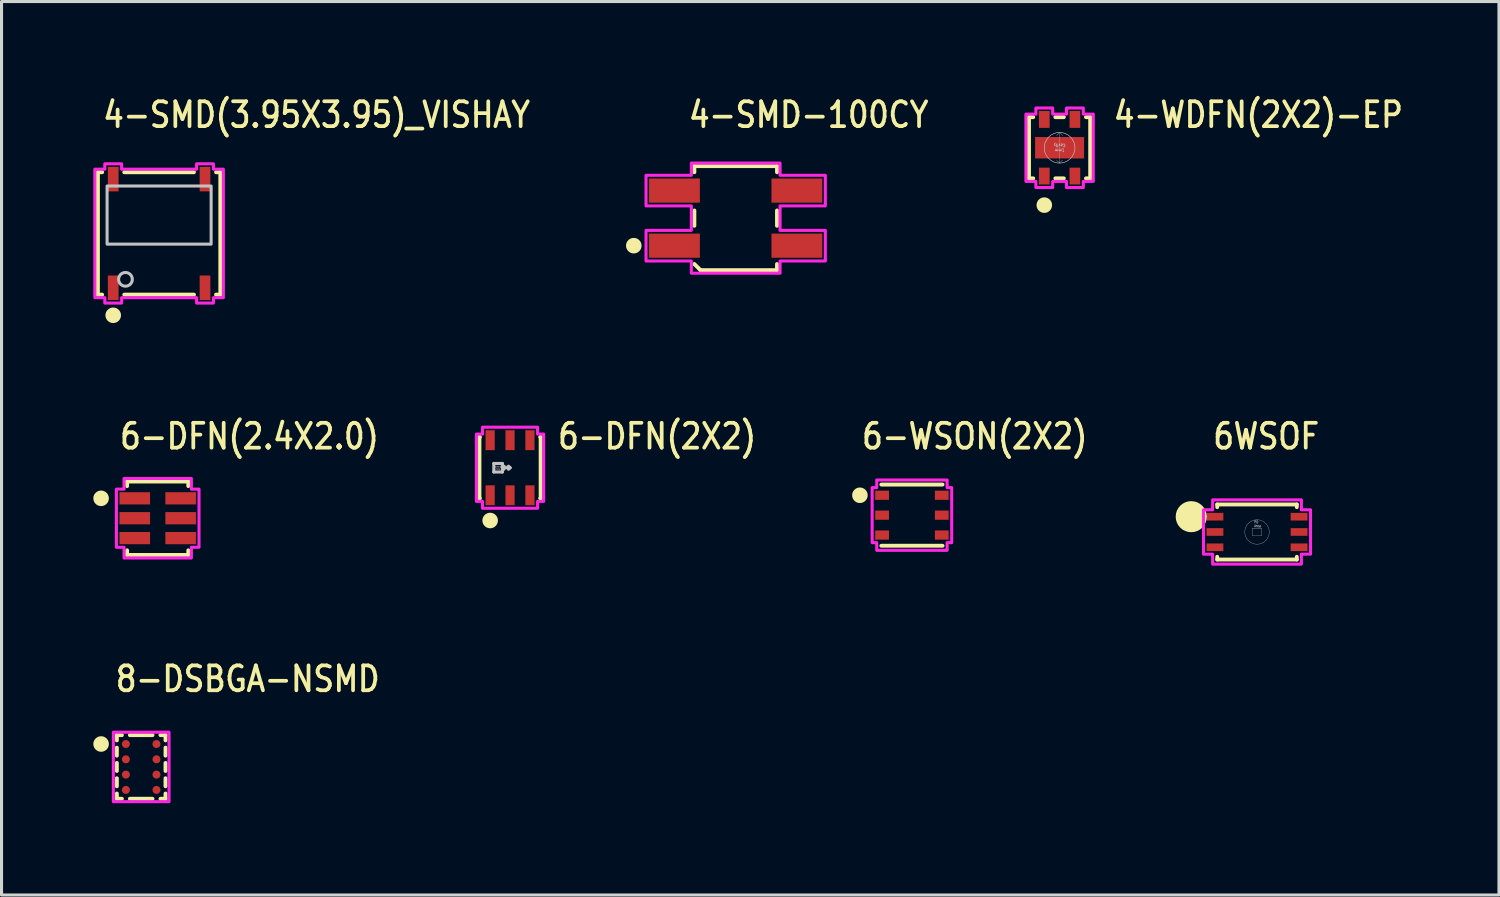
<source format=kicad_pcb>
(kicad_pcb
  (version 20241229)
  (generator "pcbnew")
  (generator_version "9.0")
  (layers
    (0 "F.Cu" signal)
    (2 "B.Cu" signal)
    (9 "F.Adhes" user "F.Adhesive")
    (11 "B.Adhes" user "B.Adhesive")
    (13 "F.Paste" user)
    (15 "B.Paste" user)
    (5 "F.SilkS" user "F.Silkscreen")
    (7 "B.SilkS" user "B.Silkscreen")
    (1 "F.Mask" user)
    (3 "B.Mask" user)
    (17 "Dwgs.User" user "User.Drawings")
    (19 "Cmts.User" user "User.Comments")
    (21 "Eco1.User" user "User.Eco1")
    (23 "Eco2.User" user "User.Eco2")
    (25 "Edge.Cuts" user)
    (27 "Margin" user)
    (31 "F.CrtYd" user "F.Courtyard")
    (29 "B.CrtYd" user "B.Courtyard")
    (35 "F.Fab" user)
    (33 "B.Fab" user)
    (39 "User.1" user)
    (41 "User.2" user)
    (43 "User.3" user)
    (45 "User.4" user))
  (footprint "6-DFN(2X2)"
    (layer "F.Cu")
    (at 13.619 12.236)
    (property "Reference" "6-DFN(2X2)" (at 1.5 -0.55 0) (unlocked yes) (layer "F.SilkS") (effects (font (size 0.813 0.695) (thickness 0.122)) (justify left bottom)))
    (fp_line (start -1 -1) (end -1 1) (stroke (width 0.127) (type solid)) (layer "F.SilkS"))
    (fp_line (start -1 1) (end -0.987 1) (stroke (width 0.127) (type solid)) (layer "F.SilkS"))
    (fp_line (start -0.987 -1) (end -1 -1) (stroke (width 0.127) (type solid)) (layer "F.SilkS"))
    (fp_line (start 0.987 1) (end 1 1) (stroke (width 0.127) (type solid)) (layer "F.SilkS"))
    (fp_line (start 1 -1) (end 0.987 -1) (stroke (width 0.127) (type solid)) (layer "F.SilkS"))
    (fp_line (start 1 1) (end 1 -1) (stroke (width 0.127) (type solid)) (layer "F.SilkS"))
    (fp_circle (center -0.65 1.725) (end -0.396 1.725) (stroke (width 0) (type solid)) (fill yes) (layer "F.SilkS"))
    (fp_line (start -0.53 -0.14) (end -0.53 0.14) (stroke (width 0.1) (type solid)) (layer "Dwgs.User"))
    (fp_line (start -0.53 0.14) (end -0.25 0.14) (stroke (width 0.1) (type solid)) (layer "Dwgs.User"))
    (fp_line (start -0.25 -0.14) (end -0.53 -0.14) (stroke (width 0.1) (type solid)) (layer "Dwgs.User"))
    (fp_line (start -0.25 0) (end -0.25 -0.14) (stroke (width 0.1) (type solid)) (layer "Dwgs.User"))
    (fp_line (start -0.25 0) (end -0.2 -0.05) (stroke (width 0.1) (type solid)) (layer "Dwgs.User"))
    (fp_line (start -0.25 0) (end 0 0) (stroke (width 0.1) (type solid)) (layer "Dwgs.User"))
    (fp_line (start -0.25 0.14) (end -0.25 0) (stroke (width 0.1) (type solid)) (layer "Dwgs.User"))
    (fp_line (start -0.2 0.05) (end -0.25 0) (stroke (width 0.1) (type solid)) (layer "Dwgs.User"))
    (fp_line (start 0 0) (end -0.05 -0.05) (stroke (width 0.1) (type solid)) (layer "Dwgs.User"))
    (fp_line (start 0 0) (end -0.05 0.05) (stroke (width 0.1) (type solid)) (layer "Dwgs.User"))
    (fp_poly (pts (xy -1.1 -1.1) (xy -0.9 -1.1) (xy -0.9 -1.325) (xy 0.9 -1.325) (xy 0.9 -1.1) (xy 1.1 -1.1) (xy 1.1 1.1) (xy 0.9 1.1) (xy 0.9 1.325) (xy -0.9 1.325) (xy -0.9 1.1) (xy -1.1 1.1)) (stroke (width 0.1) (type solid)) (fill no) (layer "F.CrtYd"))
    (fp_text user "Detector\nArea" (at -0.4 0 0) (unlocked yes) (layer "Dwgs.User") (effects (font (size 0.05 0.043) (thickness 0.007))))
    (fp_text user ".25mm" (at -0.1 -0.05 0) (unlocked yes) (layer "Dwgs.User") (effects (font (size 0.04 0.034) (thickness 0.006))))
    (pad "1" smd rect (at -0.65 0.9) (size 0.3 0.65) (layers "F.Cu" "F.Mask" "F.Paste"))
    (pad "2" smd rect (at 0 0.9) (size 0.3 0.65) (layers "F.Cu" "F.Mask" "F.Paste"))
    (pad "3" smd rect (at 0.65 0.9) (size 0.3 0.65) (layers "F.Cu" "F.Mask" "F.Paste"))
    (pad "4" smd rect (at 0.65 -0.9) (size 0.3 0.65) (layers "F.Cu" "F.Mask" "F.Paste"))
    (pad "5" smd rect (at 0 -0.9) (size 0.3 0.65) (layers "F.Cu" "F.Mask" "F.Paste"))
    (pad "6" smd rect (at -0.65 -0.9) (size 0.3 0.65) (layers "F.Cu" "F.Mask" "F.Paste")))
  (footprint "8-DSBGA-NSMD"
    (layer "F.Cu")
    (at 1.564 22.015)
    (property "Reference" "8-DSBGA-NSMD" (at -0.9 -2.4 0) (unlocked yes) (layer "F.SilkS") (effects (font (size 0.813 0.695) (thickness 0.122)) (justify left bottom)))
    (fp_circle (center -0.5 -0.75) (end -0.319 -0.75) (stroke (width 0) (type solid)) (fill yes) (layer "F.Mask"))
    (fp_circle (center -0.5 -0.25) (end -0.319 -0.25) (stroke (width 0) (type solid)) (fill yes) (layer "F.Mask"))
    (fp_circle (center -0.5 0.25) (end -0.319 0.25) (stroke (width 0) (type solid)) (fill yes) (layer "F.Mask"))
    (fp_circle (center -0.5 0.75) (end -0.319 0.75) (stroke (width 0) (type solid)) (fill yes) (layer "F.Mask"))
    (fp_circle (center 0.5 -0.75) (end 0.681 -0.75) (stroke (width 0) (type solid)) (fill yes) (layer "F.Mask"))
    (fp_circle (center 0.5 -0.25) (end 0.681 -0.25) (stroke (width 0) (type solid)) (fill yes) (layer "F.Mask"))
    (fp_circle (center 0.5 0.25) (end 0.681 0.25) (stroke (width 0) (type solid)) (fill yes) (layer "F.Mask"))
    (fp_circle (center 0.5 0.75) (end 0.681 0.75) (stroke (width 0) (type solid)) (fill yes) (layer "F.Mask"))
    (fp_line (start -0.795 -1.04) (end -0.795 -0.869) (stroke (width 0.127) (type solid)) (layer "F.SilkS"))
    (fp_line (start -0.795 -1.04) (end -0.63 -1.04) (stroke (width 0.127) (type solid)) (layer "F.SilkS"))
    (fp_line (start -0.795 -0.631) (end -0.795 -0.369) (stroke (width 0.127) (type solid)) (layer "F.SilkS"))
    (fp_line (start -0.795 -0.131) (end -0.795 0.131) (stroke (width 0.127) (type solid)) (layer "F.SilkS"))
    (fp_line (start -0.795 0.369) (end -0.795 0.631) (stroke (width 0.127) (type solid)) (layer "F.SilkS"))
    (fp_line (start -0.795 0.869) (end -0.795 1.04) (stroke (width 0.127) (type solid)) (layer "F.SilkS"))
    (fp_line (start -0.795 1.04) (end -0.63 1.04) (stroke (width 0.127) (type solid)) (layer "F.SilkS"))
    (fp_line (start -0.37 -1.04) (end 0.37 -1.04) (stroke (width 0.127) (type solid)) (layer "F.SilkS"))
    (fp_line (start -0.37 1.04) (end 0.37 1.04) (stroke (width 0.127) (type solid)) (layer "F.SilkS"))
    (fp_line (start 0.63 -1.04) (end 0.795 -1.04) (stroke (width 0.127) (type solid)) (layer "F.SilkS"))
    (fp_line (start 0.63 1.04) (end 0.795 1.04) (stroke (width 0.127) (type solid)) (layer "F.SilkS"))
    (fp_line (start 0.795 -1.04) (end 0.795 -0.869) (stroke (width 0.127) (type solid)) (layer "F.SilkS"))
    (fp_line (start 0.795 -0.631) (end 0.795 -0.369) (stroke (width 0.127) (type solid)) (layer "F.SilkS"))
    (fp_line (start 0.795 -0.131) (end 0.795 0.131) (stroke (width 0.127) (type solid)) (layer "F.SilkS"))
    (fp_line (start 0.795 0.369) (end 0.795 0.631) (stroke (width 0.127) (type solid)) (layer "F.SilkS"))
    (fp_line (start 0.795 0.869) (end 0.795 1.04) (stroke (width 0.127) (type solid)) (layer "F.SilkS"))
    (fp_circle (center -1.31 -0.75) (end -1.056 -0.75) (stroke (width 0) (type solid)) (fill yes) (layer "F.SilkS"))
    (fp_circle (center -0.5 -0.75) (end -0.375 -0.75) (stroke (width 0) (type solid)) (fill yes) (layer "F.Paste"))
    (fp_circle (center -0.5 -0.25) (end -0.375 -0.25) (stroke (width 0) (type solid)) (fill yes) (layer "F.Paste"))
    (fp_circle (center -0.5 0.25) (end -0.375 0.25) (stroke (width 0) (type solid)) (fill yes) (layer "F.Paste"))
    (fp_circle (center -0.5 0.75) (end -0.375 0.75) (stroke (width 0) (type solid)) (fill yes) (layer "F.Paste"))
    (fp_circle (center 0.5 -0.75) (end 0.625 -0.75) (stroke (width 0) (type solid)) (fill yes) (layer "F.Paste"))
    (fp_circle (center 0.5 -0.25) (end 0.625 -0.25) (stroke (width 0) (type solid)) (fill yes) (layer "F.Paste"))
    (fp_circle (center 0.5 0.25) (end 0.625 0.25) (stroke (width 0) (type solid)) (fill yes) (layer "F.Paste"))
    (fp_circle (center 0.5 0.75) (end 0.625 0.75) (stroke (width 0) (type solid)) (fill yes) (layer "F.Paste"))
    (fp_poly (pts (xy -0.91 -1.135) (xy 0.91 -1.135) (xy 0.91 1.135) (xy -0.91 1.135)) (stroke (width 0.1) (type solid)) (fill no) (layer "F.CrtYd"))
    (pad "P_A1" smd roundrect (at -0.5 -0.75) (size 0.263 0.263) (layers "F.Cu") (roundrect_rratio 0.5))
    (pad "P_A2" smd roundrect (at 0.5 -0.75) (size 0.263 0.263) (layers "F.Cu") (roundrect_rratio 0.5))
    (pad "P_B1" smd roundrect (at -0.5 -0.25) (size 0.263 0.263) (layers "F.Cu") (roundrect_rratio 0.5))
    (pad "P_B2" smd roundrect (at 0.5 -0.25) (size 0.263 0.263) (layers "F.Cu") (roundrect_rratio 0.5))
    (pad "P_C1" smd roundrect (at -0.5 0.25) (size 0.263 0.263) (layers "F.Cu") (roundrect_rratio 0.5))
    (pad "P_C2" smd roundrect (at 0.5 0.25) (size 0.263 0.263) (layers "F.Cu") (roundrect_rratio 0.5))
    (pad "P_D1" smd roundrect (at -0.5 0.75) (size 0.263 0.263) (layers "F.Cu") (roundrect_rratio 0.5))
    (pad "P_D2" smd roundrect (at 0.5 0.75) (size 0.263 0.263) (layers "F.Cu") (roundrect_rratio 0.5)))
  (footprint "4-WDFN(2X2)-EP"
    (layer "F.Cu")
    (at 31.579 1.779)
    (property "Reference" "4-WDFN(2X2)-EP" (at 1.7 -0.6 0) (unlocked yes) (layer "F.SilkS") (effects (font (size 0.813 0.695) (thickness 0.122)) (justify left bottom)))
    (fp_line (start -1 -1) (end -0.862 -1) (stroke (width 0.127) (type solid)) (layer "F.SilkS"))
    (fp_line (start -1 1) (end -1 -1) (stroke (width 0.127) (type solid)) (layer "F.SilkS"))
    (fp_line (start -0.862 1) (end -1 1) (stroke (width 0.127) (type solid)) (layer "F.SilkS"))
    (fp_line (start -0.139 -1) (end 0.139 -1) (stroke (width 0.127) (type solid)) (layer "F.SilkS"))
    (fp_line (start 0.139 1) (end -0.139 1) (stroke (width 0.127) (type solid)) (layer "F.SilkS"))
    (fp_line (start 0.862 -1) (end 1 -1) (stroke (width 0.127) (type solid)) (layer "F.SilkS"))
    (fp_line (start 1 -1) (end 1 1) (stroke (width 0.127) (type solid)) (layer "F.SilkS"))
    (fp_line (start 1 1) (end 0.862 1) (stroke (width 0.127) (type solid)) (layer "F.SilkS"))
    (fp_circle (center -0.5 1.875) (end -0.246 1.875) (stroke (width 0) (type solid)) (fill yes) (layer "F.SilkS"))
    (fp_line (start 0 -0.5) (end -0.1 -0.4) (stroke (width 0.01) (type solid)) (layer "Dwgs.User"))
    (fp_line (start 0 -0.5) (end 0 0.5) (stroke (width 0.01) (type solid)) (layer "Dwgs.User"))
    (fp_line (start 0 0.5) (end -0.1 0.4) (stroke (width 0.01) (type solid)) (layer "Dwgs.User"))
    (fp_line (start 0 0.5) (end 0.1 0.4) (stroke (width 0.01) (type solid)) (layer "Dwgs.User"))
    (fp_line (start 0.1 -0.4) (end 0 -0.5) (stroke (width 0.01) (type solid)) (layer "Dwgs.User"))
    (fp_circle (center 0 0) (end 0.5 0) (stroke (width 0.02) (type solid)) (fill no) (layer "Dwgs.User"))
    (fp_poly (pts (xy -1.1 -1.1) (xy -0.775 -1.1) (xy -0.775 -1.3) (xy -0.225 -1.3) (xy -0.225 -1.1) (xy 0.225 -1.1) (xy 0.225 -1.3) (xy 0.775 -1.3) (xy 0.775 -1.1) (xy 1.1 -1.1) (xy 1.1 1.1) (xy 0.775 1.1) (xy 0.775 1.3) (xy 0.225 1.3) (xy 0.225 1.1) (xy -0.225 1.1) (xy -0.225 1.3) (xy -0.775 1.3) (xy -0.775 1.1) (xy -1.1 1.1)) (stroke (width 0.1) (type solid)) (fill no) (layer "F.CrtYd"))
    (fp_text user "1mm\nCavity" (at 0 0 180) (unlocked yes) (layer "Dwgs.User") (effects (font (size 0.1 0.086) (thickness 0.015))))
    (pad "1" smd rect (at -0.5 0.925) (size 0.35 0.55) (layers "F.Cu" "F.Mask" "F.Paste"))
    (pad "2" smd rect (at 0.5 0.925) (size 0.35 0.55) (layers "F.Cu" "F.Mask" "F.Paste"))
    (pad "3" smd rect (at 0.5 -0.925) (size 0.35 0.55) (layers "F.Cu" "F.Mask" "F.Paste"))
    (pad "4" smd rect (at -0.5 -0.925) (size 0.35 0.55) (layers "F.Cu" "F.Mask" "F.Paste"))
    (pad "5" smd rect (at 0 0) (size 1.6 0.7) (layers "F.Cu" "F.Mask" "F.Paste")))
  (footprint "4-SMD(3.95X3.95)_VISHAY"
    (layer "F.Cu")
    (at 2.15 4.579)
    (property "Reference" "4-SMD(3.95X3.95)_VISHAY" (at -1.9 -3.4 0) (unlocked yes) (layer "F.SilkS") (effects (font (size 0.813 0.695) (thickness 0.122)) (justify left bottom)))
    (fp_line (start -2 -2) (end -1.861 -2) (stroke (width 0.127) (type solid)) (layer "F.SilkS"))
    (fp_line (start -2 2) (end -2 -2) (stroke (width 0.127) (type solid)) (layer "F.SilkS"))
    (fp_line (start -1.861 2) (end -2 2) (stroke (width 0.127) (type solid)) (layer "F.SilkS"))
    (fp_line (start -1.139 -2) (end 1.139 -2) (stroke (width 0.127) (type solid)) (layer "F.SilkS"))
    (fp_line (start 1.139 2) (end -1.139 2) (stroke (width 0.127) (type solid)) (layer "F.SilkS"))
    (fp_line (start 1.861 -2) (end 2 -2) (stroke (width 0.127) (type solid)) (layer "F.SilkS"))
    (fp_line (start 2 -2) (end 2 2) (stroke (width 0.127) (type solid)) (layer "F.SilkS"))
    (fp_line (start 2 2) (end 1.861 2) (stroke (width 0.127) (type solid)) (layer "F.SilkS"))
    (fp_circle (center -1.5 2.675) (end -1.246 2.675) (stroke (width 0) (type solid)) (fill yes) (layer "F.SilkS"))
    (fp_rect (start -1.7 0.35) (end 1.7 -1.55) (stroke (width 0.1) (type solid)) (fill no) (layer "Dwgs.User"))
    (fp_circle (center -1.1 1.5) (end -0.876 1.5) (stroke (width 0.1) (type solid)) (fill no) (layer "Dwgs.User"))
    (fp_poly (pts (xy -2.1 -2.1) (xy -1.775 -2.1) (xy -1.775 -2.275) (xy -1.225 -2.275) (xy -1.225 -2.1) (xy 1.225 -2.1) (xy 1.225 -2.275) (xy 1.775 -2.275) (xy 1.775 -2.1) (xy 2.1 -2.1) (xy 2.1 2.1) (xy 1.775 2.1) (xy 1.775 2.275) (xy 1.225 2.275) (xy 1.225 2.1) (xy -1.225 2.1) (xy -1.225 2.275) (xy -1.775 2.275) (xy -1.775 2.1) (xy -2.1 2.1)) (stroke (width 0.1) (type solid)) (fill no) (layer "F.CrtYd"))
    (pad "1" smd rect (at -1.5 1.775) (size 0.35 0.8) (layers "F.Cu" "F.Mask" "F.Paste"))
    (pad "5" smd rect (at 1.5 1.775) (size 0.35 0.8) (layers "F.Cu" "F.Mask" "F.Paste"))
    (pad "6" smd rect (at 1.5 -1.775) (size 0.35 0.8) (layers "F.Cu" "F.Mask" "F.Paste"))
    (pad "8" smd rect (at -1.5 -1.775) (size 0.35 0.8) (layers "F.Cu" "F.Mask" "F.Paste")))
  (footprint "6-DFN(2.4X2.0)"
    (layer "F.Cu")
    (at 2.104 13.886)
    (property "Reference" "6-DFN(2.4X2.0)" (at -1.3 -2.2 0) (unlocked yes) (layer "F.SilkS") (effects (font (size 0.813 0.695) (thickness 0.122)) (justify left bottom)))
    (fp_line (start -1 -1.2) (end -1 -1.05) (stroke (width 0.127) (type solid)) (layer "F.SilkS"))
    (fp_line (start -1 -1.2) (end 1 -1.2) (stroke (width 0.127) (type solid)) (layer "F.SilkS"))
    (fp_line (start -1 1.05) (end -1 1.2) (stroke (width 0.127) (type solid)) (layer "F.SilkS"))
    (fp_line (start -1 1.2) (end 1 1.2) (stroke (width 0.127) (type solid)) (layer "F.SilkS"))
    (fp_line (start 1 -1.2) (end 1 -1.05) (stroke (width 0.127) (type solid)) (layer "F.SilkS"))
    (fp_line (start 1 1.2) (end 1 1.05) (stroke (width 0.127) (type solid)) (layer "F.SilkS"))
    (fp_circle (center -1.85 -0.65) (end -1.596 -0.65) (stroke (width 0) (type solid)) (fill yes) (layer "F.SilkS"))
    (fp_poly (pts (xy -1.1 -1.3) (xy 1.1 -1.3) (xy 1.1 -0.95) (xy 1.35 -0.95) (xy 1.35 0.95) (xy 1.1 0.95) (xy 1.1 1.3) (xy -1.1 1.3) (xy -1.1 0.95) (xy -1.35 0.95) (xy -1.35 -0.95) (xy -1.1 -0.95)) (stroke (width 0.1) (type solid)) (fill no) (layer "F.CrtYd"))
    (pad "1" smd rect (at -0.75 -0.65) (size 1 0.4) (layers "F.Cu" "F.Mask" "F.Paste"))
    (pad "2" smd rect (at -0.75 0) (size 1 0.4) (layers "F.Cu" "F.Mask" "F.Paste"))
    (pad "3" smd rect (at -0.75 0.65) (size 1 0.4) (layers "F.Cu" "F.Mask" "F.Paste"))
    (pad "4" smd rect (at 0.75 0.65) (size 1 0.4) (layers "F.Cu" "F.Mask" "F.Paste"))
    (pad "5" smd rect (at 0.75 0) (size 1 0.4) (layers "F.Cu" "F.Mask" "F.Paste"))
    (pad "6" smd rect (at 0.75 -0.65) (size 1 0.4) (layers "F.Cu" "F.Mask" "F.Paste")))
  (footprint "6WSOF"
    (layer "F.Cu")
    (at 38.031 14.336)
    (property "Reference" "6WSOF" (at -1.5 -2.65 0) (unlocked yes) (layer "F.SilkS") (effects (font (size 0.813 0.695) (thickness 0.122)) (justify left bottom)))
    (fp_line (start -1.3 -0.9) (end -1.3 -0.811) (stroke (width 0.127) (type solid)) (layer "F.SilkS"))
    (fp_line (start -1.3 -0.9) (end 1.3 -0.9) (stroke (width 0.127) (type solid)) (layer "F.SilkS"))
    (fp_line (start -1.3 0.9) (end -1.3 0.811) (stroke (width 0.127) (type solid)) (layer "F.SilkS"))
    (fp_line (start -1.3 0.9) (end 1.3 0.9) (stroke (width 0.127) (type solid)) (layer "F.SilkS"))
    (fp_line (start 1.3 -0.9) (end 1.3 -0.811) (stroke (width 0.127) (type solid)) (layer "F.SilkS"))
    (fp_line (start 1.3 0.9) (end 1.3 0.811) (stroke (width 0.127) (type solid)) (layer "F.SilkS"))
    (fp_circle (center -2.15 -0.5) (end -2.15 -0.5) (stroke (width 0.508) (type solid)) (fill no) (layer "F.SilkS"))
    (fp_rect (start -0.15 0.125) (end 0.15 -0.125) (stroke (width 0.01) (type solid)) (fill no) (layer "Dwgs.User"))
    (fp_circle (center 0 0) (end 0.4 0) (stroke (width 0.01) (type solid)) (fill no) (layer "Dwgs.User"))
    (fp_poly (pts (xy -1.75 -0.725) (xy -1.45 -0.725) (xy -1.45 -1.05) (xy 1.45 -1.05) (xy 1.45 -0.725) (xy 1.75 -0.725) (xy 1.75 0.725) (xy 1.45 0.725) (xy 1.45 1.05) (xy -1.45 1.05) (xy -1.45 0.725) (xy -1.75 0.725)) (stroke (width 0.1) (type solid)) (fill no) (layer "F.CrtYd"))
    (fp_text user "PD \nArea" (at -0.1 -0.15 0) (unlocked yes) (layer "Dwgs.User") (effects (font (size 0.08 0.068) (thickness 0.012)) (justify left bottom)))
    (pad "1" smd rect (at -1.375 -0.5) (size 0.55 0.25) (layers "F.Cu" "F.Mask" "F.Paste"))
    (pad "2" smd rect (at -1.375 0) (size 0.55 0.25) (layers "F.Cu" "F.Mask" "F.Paste"))
    (pad "3" smd rect (at -1.375 0.5) (size 0.55 0.25) (layers "F.Cu" "F.Mask" "F.Paste"))
    (pad "4" smd rect (at 1.375 0.5) (size 0.55 0.25) (layers "F.Cu" "F.Mask" "F.Paste"))
    (pad "5" smd rect (at 1.375 0) (size 0.55 0.25) (layers "F.Cu" "F.Mask" "F.Paste"))
    (pad "6" smd rect (at 1.375 -0.5) (size 0.55 0.25) (layers "F.Cu" "F.Mask" "F.Paste")))
  (footprint "4-SMD-100CY"
    (layer "F.Cu")
    (at 20.993 4.079)
    (property "Reference" "4-SMD-100CY" (at -1.6 -2.9 0) (unlocked yes) (layer "F.SilkS") (effects (font (size 0.813 0.695) (thickness 0.122)) (justify left bottom)))
    (fp_line (start -1.35 -1.7) (end -1.35 -1.5) (stroke (width 0.127) (type solid)) (layer "F.SilkS"))
    (fp_line (start -1.35 -1.7) (end 1.35 -1.7) (stroke (width 0.127) (type solid)) (layer "F.SilkS"))
    (fp_line (start -1.35 0.25) (end -1.35 -0.25) (stroke (width 0.127) (type solid)) (layer "F.SilkS"))
    (fp_line (start -1.15 1.7) (end -1.35 1.5) (stroke (width 0.127) (type solid)) (layer "F.SilkS"))
    (fp_line (start 1.35 -1.7) (end 1.35 -1.5) (stroke (width 0.127) (type solid)) (layer "F.SilkS"))
    (fp_line (start 1.35 -0.25) (end 1.35 0.25) (stroke (width 0.127) (type solid)) (layer "F.SilkS"))
    (fp_line (start 1.35 1.5) (end 1.35 1.7) (stroke (width 0.127) (type solid)) (layer "F.SilkS"))
    (fp_line (start 1.35 1.7) (end -1.15 1.7) (stroke (width 0.127) (type solid)) (layer "F.SilkS"))
    (fp_circle (center -3.33 0.9) (end -3.076 0.9) (stroke (width 0) (type solid)) (fill yes) (layer "F.SilkS"))
    (fp_poly (pts (xy -2.93 -1.4) (xy -1.45 -1.4) (xy -1.45 -1.8) (xy 1.45 -1.8) (xy 1.45 -1.4) (xy 2.93 -1.4) (xy 2.93 -0.4) (xy 1.45 -0.4) (xy 1.45 0.4) (xy 2.93 0.4) (xy 2.93 1.4) (xy 1.45 1.4) (xy 1.45 1.8) (xy -1.45 1.8) (xy -1.45 1.4) (xy -2.93 1.4) (xy -2.93 0.4) (xy -1.45 0.4) (xy -1.45 -0.4) (xy -2.93 -0.4)) (stroke (width 0.1) (type solid)) (fill no) (layer "F.CrtYd"))
    (pad "1" smd rect (at -2 0.9) (size 1.66 0.79) (layers "F.Cu" "F.Mask" "F.Paste"))
    (pad "2" smd rect (at 2 0.9) (size 1.66 0.79) (layers "F.Cu" "F.Mask" "F.Paste"))
    (pad "3" smd rect (at 2 -0.9) (size 1.66 0.79) (layers "F.Cu" "F.Mask" "F.Paste"))
    (pad "4" smd rect (at -2 -0.9) (size 1.66 0.79) (layers "F.Cu" "F.Mask" "F.Paste")))
  (footprint "6-WSON(2X2)"
    (layer "F.Cu")
    (at 26.753 13.786)
    (property "Reference" "6-WSON(2X2)" (at -1.7 -2.1 0) (unlocked yes) (layer "F.SilkS") (effects (font (size 0.813 0.695) (thickness 0.122)) (justify left bottom)))
    (fp_line (start -1 -1) (end 1 -1) (stroke (width 0.127) (type solid)) (layer "F.SilkS"))
    (fp_line (start -1 1) (end 1 1) (stroke (width 0.127) (type solid)) (layer "F.SilkS"))
    (fp_circle (center -1.7 -0.65) (end -1.446 -0.65) (stroke (width 0) (type solid)) (fill yes) (layer "F.SilkS"))
    (fp_poly (pts (xy -1.15 -1.15) (xy 1.15 -1.15) (xy 1.15 -0.9) (xy 1.3 -0.9) (xy 1.3 0.9) (xy 1.15 0.9) (xy 1.15 1.15) (xy -1.15 1.15) (xy -1.15 0.9) (xy -1.3 0.9) (xy -1.3 -0.9) (xy -1.15 -0.9)) (stroke (width 0.1) (type solid)) (fill no) (layer "F.CrtYd"))
    (pad "1" smd rect (at -0.975 -0.65) (size 0.45 0.3) (layers "F.Cu" "F.Mask" "F.Paste"))
    (pad "2" smd rect (at -0.975 0) (size 0.45 0.3) (layers "F.Cu" "F.Mask" "F.Paste"))
    (pad "3" smd rect (at -0.975 0.65) (size 0.45 0.3) (layers "F.Cu" "F.Mask" "F.Paste"))
    (pad "4" smd rect (at 0.975 0.65) (size 0.45 0.3) (layers "F.Cu" "F.Mask" "F.Paste"))
    (pad "5" smd rect (at 0.975 0) (size 0.45 0.3) (layers "F.Cu" "F.Mask" "F.Paste"))
    (pad "6" smd rect (at 0.975 -0.65) (size 0.45 0.3) (layers "F.Cu" "F.Mask" "F.Paste")))
  (gr_rect
    (start -3 -3)
    (end 45.938 26.2)
    (stroke (width 0.1) (type default))
    (fill no)
    (layer "Edge.Cuts")))
</source>
